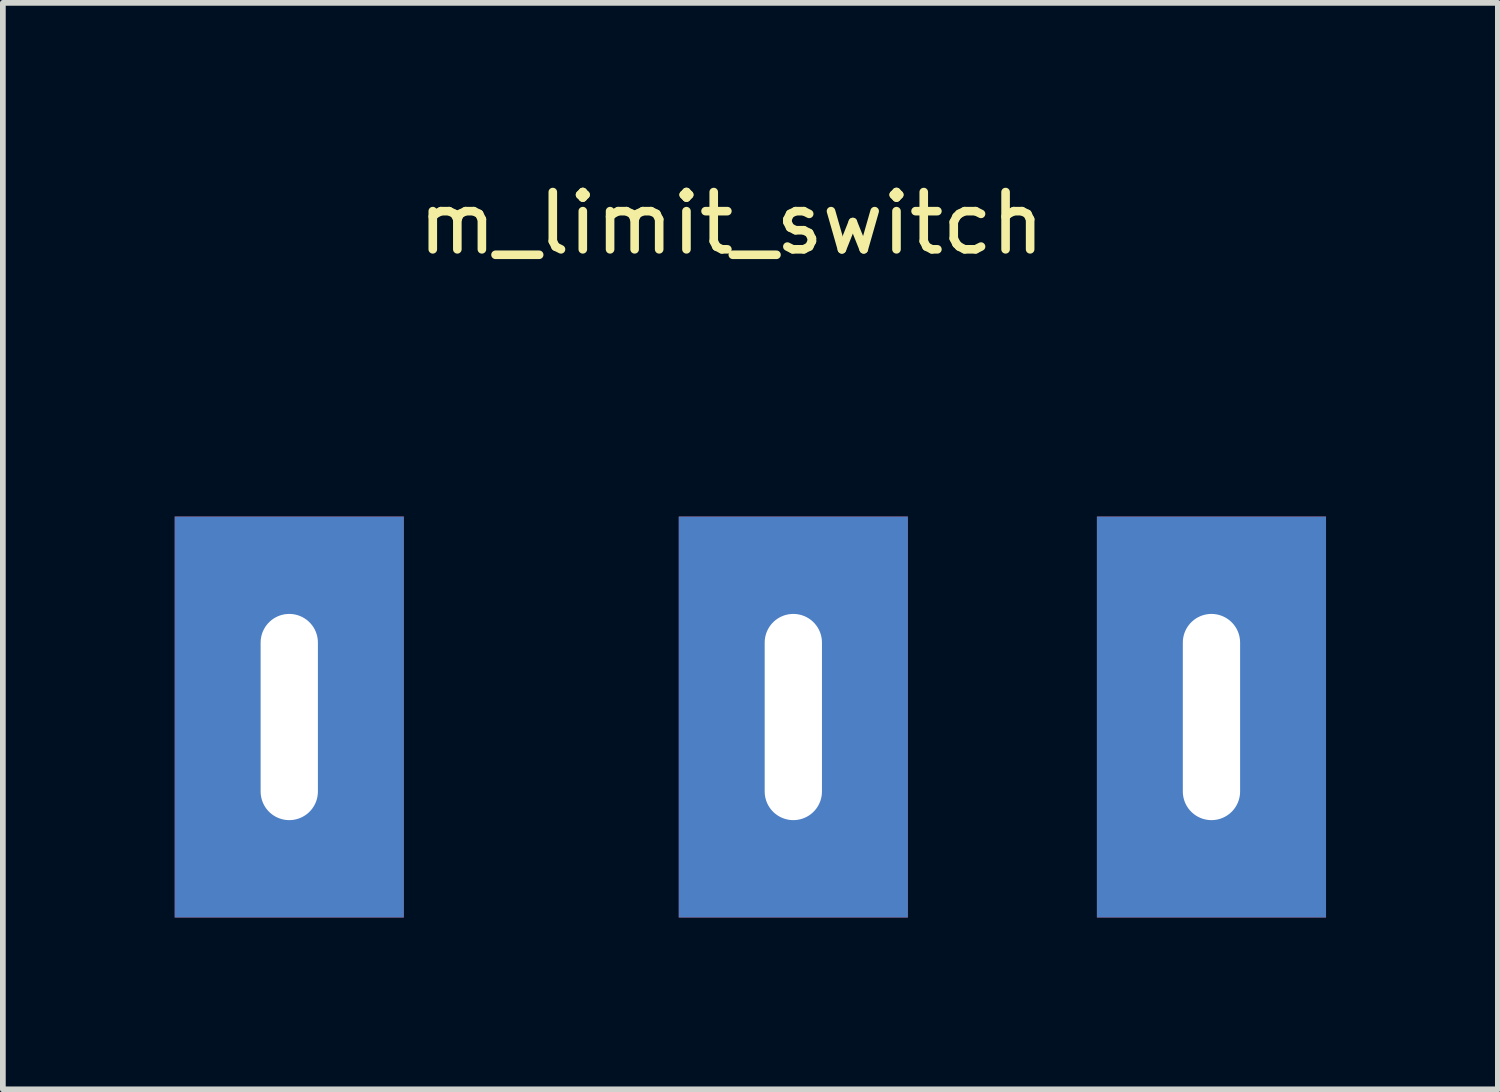
<source format=kicad_pcb>
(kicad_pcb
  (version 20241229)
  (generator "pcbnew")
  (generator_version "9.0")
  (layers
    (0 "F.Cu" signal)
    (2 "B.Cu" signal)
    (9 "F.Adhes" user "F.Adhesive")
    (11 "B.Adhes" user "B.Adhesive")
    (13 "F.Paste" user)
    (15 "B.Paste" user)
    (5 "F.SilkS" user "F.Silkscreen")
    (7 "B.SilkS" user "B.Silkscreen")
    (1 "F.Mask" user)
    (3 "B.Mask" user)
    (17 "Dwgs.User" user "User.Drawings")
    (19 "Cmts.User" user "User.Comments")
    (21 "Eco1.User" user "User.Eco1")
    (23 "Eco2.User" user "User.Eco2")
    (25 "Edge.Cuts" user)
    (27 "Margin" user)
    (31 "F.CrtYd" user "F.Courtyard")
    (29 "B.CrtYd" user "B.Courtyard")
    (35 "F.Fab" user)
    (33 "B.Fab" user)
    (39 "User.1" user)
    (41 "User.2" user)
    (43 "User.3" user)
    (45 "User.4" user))
  (footprint "m_limit_switch"
    (layer "F.Cu")
    (at 10.8 9.468)
    (property "Reference" "m_limit_switch" (at -1.08 -8.62 0) (layer "F.SilkS") (effects (font (size 1 1) (thickness 0.15))))
    (attr through_hole)
    (pad "1" thru_hole rect (at -8.8 0) (size 4 7) (drill oval 1 3.6) (layers "*.Cu" "*.Mask"))
    (pad "2" thru_hole rect (at 0 0) (size 4 7) (drill oval 1 3.6) (layers "*.Cu" "*.Mask"))
    (pad "3" thru_hole rect (at 7.3 0) (size 4 7) (drill oval 1 3.6) (layers "*.Cu" "*.Mask")))
  (gr_rect
    (start -3 -3)
    (end 23.1 15.968)
    (stroke (width 0.1) (type default))
    (fill no)
    (layer "Edge.Cuts")))
</source>
